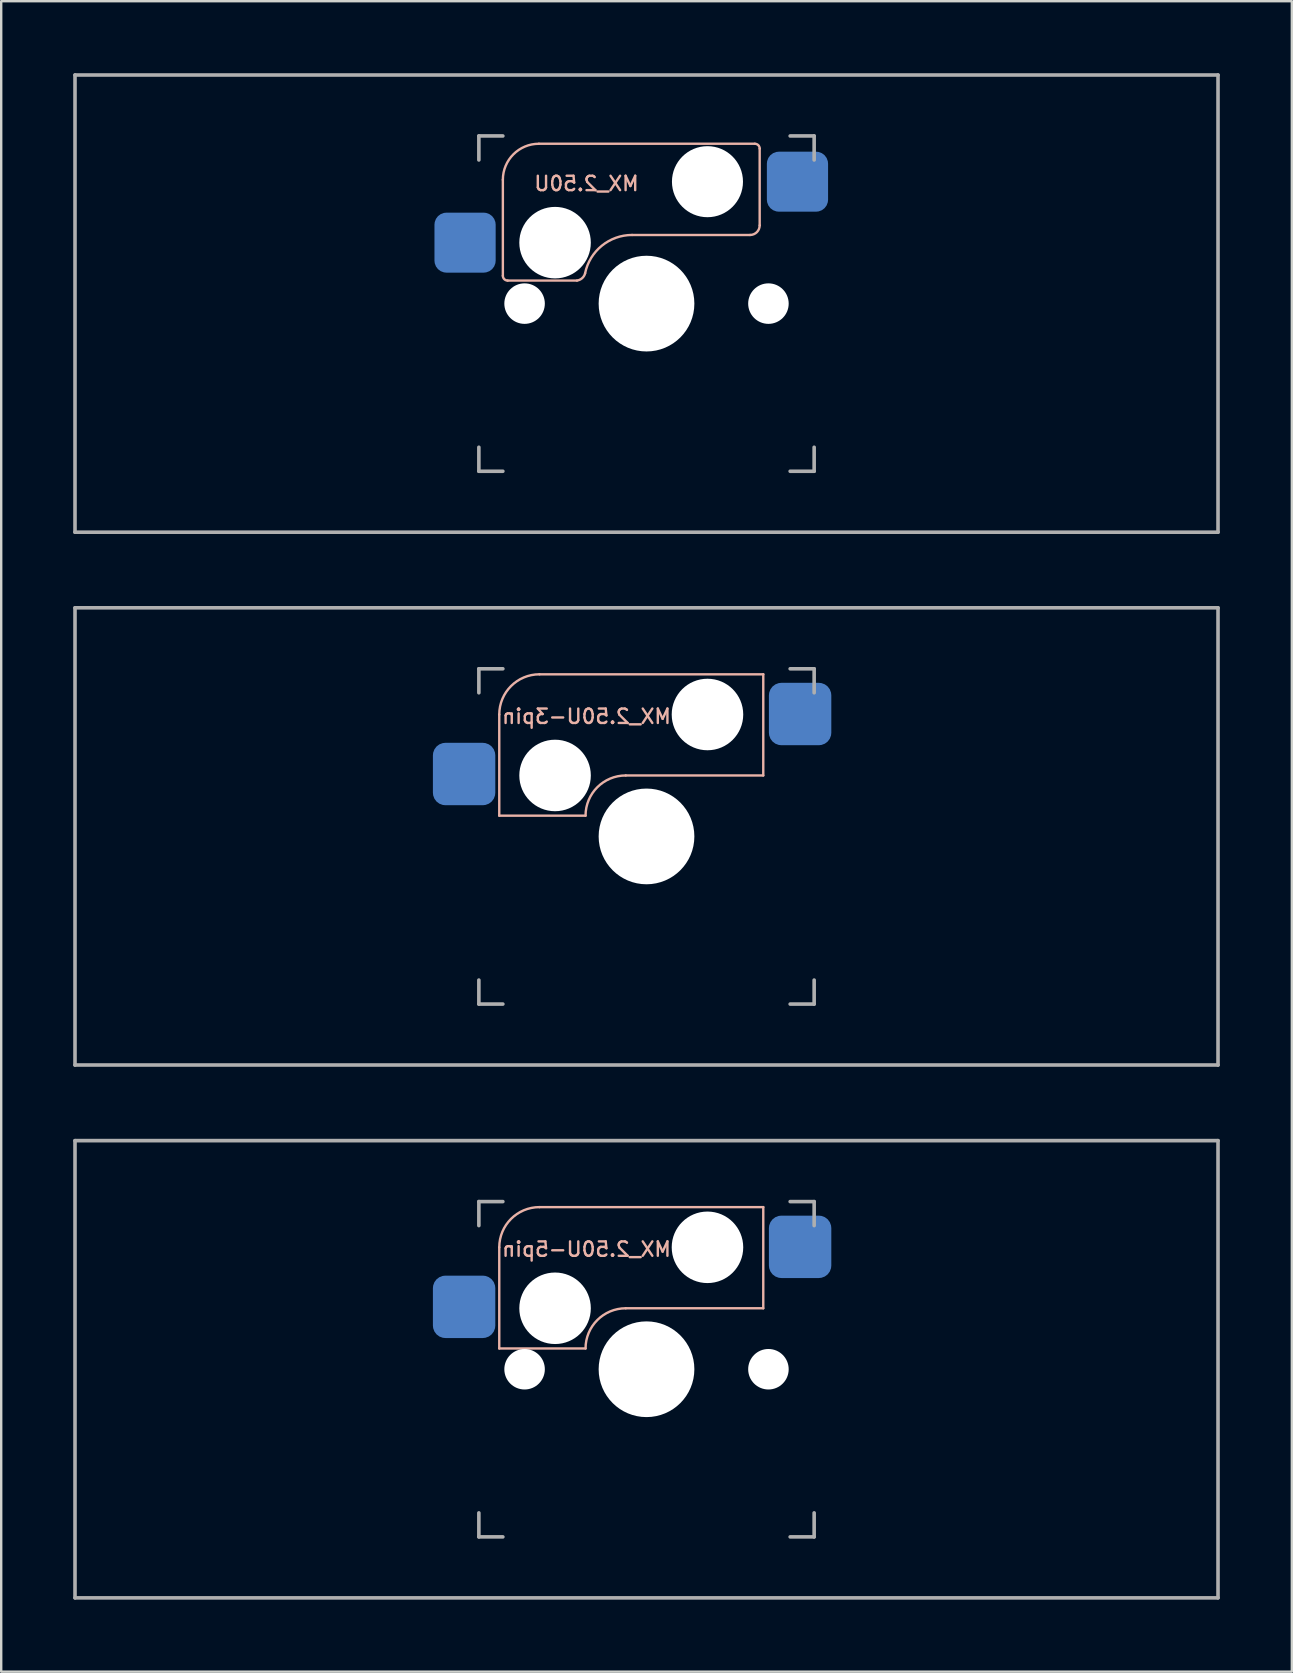
<source format=kicad_pcb>
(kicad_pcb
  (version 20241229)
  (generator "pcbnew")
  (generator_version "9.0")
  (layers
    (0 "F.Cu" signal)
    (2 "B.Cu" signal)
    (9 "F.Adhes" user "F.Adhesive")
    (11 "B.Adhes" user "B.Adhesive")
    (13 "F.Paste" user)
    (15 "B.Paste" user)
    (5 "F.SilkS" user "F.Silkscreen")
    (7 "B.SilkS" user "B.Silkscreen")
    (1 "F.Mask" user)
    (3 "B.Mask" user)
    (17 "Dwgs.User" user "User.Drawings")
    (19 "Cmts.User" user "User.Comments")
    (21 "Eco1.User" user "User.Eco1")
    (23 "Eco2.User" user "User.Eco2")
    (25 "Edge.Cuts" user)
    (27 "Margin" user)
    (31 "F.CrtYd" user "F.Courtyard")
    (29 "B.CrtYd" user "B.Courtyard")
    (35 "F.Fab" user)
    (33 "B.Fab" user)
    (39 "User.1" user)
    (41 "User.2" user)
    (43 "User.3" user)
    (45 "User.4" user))
  (footprint "MX_2.50U-5pin"
    (layer "F.Cu")
    (at 23.887 54)
    (property "Reference" "MX_2.50U-5pin" (at -2.5 -5 0) (layer "B.SilkS") (effects (font (size 0.6 0.6) (thickness 0.1)) (justify mirror)))
    (attr smd)
    (fp_line (start -6.135 -5.08) (end -6.135 -0.865) (stroke (width 0.1) (type solid)) (layer "B.SilkS"))
    (fp_line (start -6.135 -0.865) (end -2.54 -0.865) (stroke (width 0.1) (type solid)) (layer "B.SilkS"))
    (fp_line (start -4.46 -6.755) (end 4.865 -6.755) (stroke (width 0.1) (type solid)) (layer "B.SilkS"))
    (fp_line (start -0.865 -2.54) (end 4.865 -2.54) (stroke (width 0.1) (type solid)) (layer "B.SilkS"))
    (fp_line (start 4.865 -6.755) (end 4.865 -2.54) (stroke (width 0.1) (type solid)) (layer "B.SilkS"))
    (fp_arc (start -6.135 -5.08) (mid -5.644404 -6.264404) (end -4.46 -6.755) (stroke (width 0.1) (type solid)) (layer "B.SilkS"))
    (fp_arc (start -2.54 -0.865) (mid -2.049404 -2.049404) (end -0.865 -2.54) (stroke (width 0.1) (type solid)) (layer "B.SilkS"))
    (fp_line (start -6.985 6.985) (end -6.985 -6.985) (stroke (width 0.15) (type solid)) (layer "Eco2.User"))
    (fp_line (start -6.985 6.985) (end 6.985 6.985) (stroke (width 0.15) (type solid)) (layer "Eco2.User"))
    (fp_line (start 6.985 -6.985) (end -6.985 -6.985) (stroke (width 0.15) (type solid)) (layer "Eco2.User"))
    (fp_line (start 6.985 -6.985) (end 6.985 6.985) (stroke (width 0.15) (type solid)) (layer "Eco2.User"))
    (fp_line (start -23.812 -9.525) (end 23.812 -9.525) (stroke (width 0.15) (type solid)) (layer "F.Fab"))
    (fp_line (start -23.812 9.525) (end -23.812 -9.525) (stroke (width 0.15) (type solid)) (layer "F.Fab"))
    (fp_line (start -6.985 -5.985) (end -6.985 -6.985) (stroke (width 0.15) (type solid)) (layer "F.Fab"))
    (fp_line (start -6.985 6.985) (end -6.985 5.985) (stroke (width 0.15) (type solid)) (layer "F.Fab"))
    (fp_line (start -6.985 6.985) (end -5.985 6.985) (stroke (width 0.15) (type solid)) (layer "F.Fab"))
    (fp_line (start -5.985 -6.985) (end -6.985 -6.985) (stroke (width 0.15) (type solid)) (layer "F.Fab"))
    (fp_line (start 5.985 6.985) (end 6.985 6.985) (stroke (width 0.15) (type solid)) (layer "F.Fab"))
    (fp_line (start 6.985 -6.985) (end 5.985 -6.985) (stroke (width 0.15) (type solid)) (layer "F.Fab"))
    (fp_line (start 6.985 -6.985) (end 6.985 -5.985) (stroke (width 0.15) (type solid)) (layer "F.Fab"))
    (fp_line (start 6.985 5.985) (end 6.985 6.985) (stroke (width 0.15) (type solid)) (layer "F.Fab"))
    (fp_line (start 23.812 -9.525) (end 23.812 9.525) (stroke (width 0.15) (type solid)) (layer "F.Fab"))
    (fp_line (start 23.812 9.525) (end -23.812 9.525) (stroke (width 0.15) (type solid)) (layer "F.Fab"))
    (pad "" np_thru_hole circle (at -5.08 0) (size 1.688 1.688) (drill 1.688) (layers "*.Cu" "*.Mask"))
    (pad "" np_thru_hole circle (at -3.81 -2.54) (size 2.98 2.98) (drill 2.98) (layers "*.Cu" "*.Mask"))
    (pad "" np_thru_hole circle (at 0 0) (size 3.988 3.988) (drill 3.988) (layers "*.Cu" "*.Mask"))
    (pad "" np_thru_hole circle (at 2.54 -5.08) (size 2.98 2.98) (drill 2.98) (layers "*.Cu" "*.Mask"))
    (pad "" np_thru_hole circle (at 5.08 0) (size 1.688 1.688) (drill 1.688) (layers "*.Cu" "*.Mask"))
    (pad "1" smd roundrect (at 6.4 -5.1) (size 2.6 2.6) (layers "B.Cu" "B.Mask" "B.Paste") (roundrect_rratio 0.2))
    (pad "2" smd roundrect (at -7.6 -2.6) (size 2.6 2.6) (layers "B.Cu" "B.Mask" "B.Paste") (roundrect_rratio 0.2)))
  (footprint "MX_2.50U-3pin"
    (layer "F.Cu")
    (at 23.887 31.8)
    (property "Reference" "MX_2.50U-3pin" (at -2.5 -5 0) (layer "B.SilkS") (effects (font (size 0.6 0.6) (thickness 0.1)) (justify mirror)))
    (attr smd)
    (fp_line (start -6.135 -5.08) (end -6.135 -0.865) (stroke (width 0.1) (type solid)) (layer "B.SilkS"))
    (fp_line (start -6.135 -0.865) (end -2.54 -0.865) (stroke (width 0.1) (type solid)) (layer "B.SilkS"))
    (fp_line (start -4.46 -6.755) (end 4.865 -6.755) (stroke (width 0.1) (type solid)) (layer "B.SilkS"))
    (fp_line (start -0.865 -2.54) (end 4.865 -2.54) (stroke (width 0.1) (type solid)) (layer "B.SilkS"))
    (fp_line (start 4.865 -6.755) (end 4.865 -2.54) (stroke (width 0.1) (type solid)) (layer "B.SilkS"))
    (fp_arc (start -6.135 -5.08) (mid -5.644404 -6.264404) (end -4.46 -6.755) (stroke (width 0.1) (type solid)) (layer "B.SilkS"))
    (fp_arc (start -2.54 -0.865) (mid -2.049404 -2.049404) (end -0.865 -2.54) (stroke (width 0.1) (type solid)) (layer "B.SilkS"))
    (fp_line (start -6.985 6.985) (end -6.985 -6.985) (stroke (width 0.15) (type solid)) (layer "Eco2.User"))
    (fp_line (start -6.985 6.985) (end 6.985 6.985) (stroke (width 0.15) (type solid)) (layer "Eco2.User"))
    (fp_line (start 6.985 -6.985) (end -6.985 -6.985) (stroke (width 0.15) (type solid)) (layer "Eco2.User"))
    (fp_line (start 6.985 -6.985) (end 6.985 6.985) (stroke (width 0.15) (type solid)) (layer "Eco2.User"))
    (fp_line (start -23.812 -9.525) (end 23.812 -9.525) (stroke (width 0.15) (type solid)) (layer "F.Fab"))
    (fp_line (start -23.812 9.525) (end -23.812 -9.525) (stroke (width 0.15) (type solid)) (layer "F.Fab"))
    (fp_line (start -6.985 -5.985) (end -6.985 -6.985) (stroke (width 0.15) (type solid)) (layer "F.Fab"))
    (fp_line (start -6.985 6.985) (end -6.985 5.985) (stroke (width 0.15) (type solid)) (layer "F.Fab"))
    (fp_line (start -6.985 6.985) (end -5.985 6.985) (stroke (width 0.15) (type solid)) (layer "F.Fab"))
    (fp_line (start -5.985 -6.985) (end -6.985 -6.985) (stroke (width 0.15) (type solid)) (layer "F.Fab"))
    (fp_line (start 5.985 6.985) (end 6.985 6.985) (stroke (width 0.15) (type solid)) (layer "F.Fab"))
    (fp_line (start 6.985 -6.985) (end 5.985 -6.985) (stroke (width 0.15) (type solid)) (layer "F.Fab"))
    (fp_line (start 6.985 -6.985) (end 6.985 -5.985) (stroke (width 0.15) (type solid)) (layer "F.Fab"))
    (fp_line (start 6.985 5.985) (end 6.985 6.985) (stroke (width 0.15) (type solid)) (layer "F.Fab"))
    (fp_line (start 23.812 -9.525) (end 23.812 9.525) (stroke (width 0.15) (type solid)) (layer "F.Fab"))
    (fp_line (start 23.812 9.525) (end -23.812 9.525) (stroke (width 0.15) (type solid)) (layer "F.Fab"))
    (pad "" np_thru_hole circle (at -3.81 -2.54) (size 2.98 2.98) (drill 2.98) (layers "*.Cu" "*.Mask"))
    (pad "" np_thru_hole circle (at 0 0) (size 3.988 3.988) (drill 3.988) (layers "*.Cu" "*.Mask"))
    (pad "" np_thru_hole circle (at 2.54 -5.08) (size 2.98 2.98) (drill 2.98) (layers "*.Cu" "*.Mask"))
    (pad "1" smd roundrect (at 6.4 -5.1) (size 2.6 2.6) (layers "B.Cu" "B.Mask" "B.Paste") (roundrect_rratio 0.2))
    (pad "2" smd roundrect (at -7.6 -2.6) (size 2.6 2.6) (layers "B.Cu" "B.Mask" "B.Paste") (roundrect_rratio 0.2)))
  (footprint "MX_2.50U"
    (layer "F.Cu")
    (at 23.887 9.6)
    (property "Reference" "MX_2.50U" (at -2.5 -5 0) (layer "B.SilkS") (effects (font (size 0.6 0.6) (thickness 0.1)) (justify mirror)))
    (attr smd)
    (fp_line (start -5.985 -5.16) (end -5.985 -1.16) (stroke (width 0.1) (type solid)) (layer "B.SilkS"))
    (fp_line (start -5.785 -0.96) (end -2.9 -0.96) (stroke (width 0.1) (type solid)) (layer "B.SilkS"))
    (fp_line (start -4.485 -6.66) (end 4.515 -6.66) (stroke (width 0.1) (type solid)) (layer "B.SilkS"))
    (fp_line (start 4.315 -2.86) (end -0.6 -2.86) (stroke (width 0.1) (type solid)) (layer "B.SilkS"))
    (fp_line (start 4.715 -6.46) (end 4.715 -3.26) (stroke (width 0.1) (type solid)) (layer "B.SilkS"))
    (fp_arc (start -5.985 -5.16) (mid -5.54566 -6.22066) (end -4.485 -6.66) (stroke (width 0.1) (type solid)) (layer "B.SilkS"))
    (fp_arc (start -5.785 -0.96) (mid -5.926421 -1.018579) (end -5.985 -1.16) (stroke (width 0.1) (type solid)) (layer "B.SilkS"))
    (fp_arc (start -2.558575 -1.264949) (mid -1.862953 -2.41079) (end -0.6 -2.86) (stroke (width 0.1) (type solid)) (layer "B.SilkS"))
    (fp_arc (start -2.557532 -1.264687) (mid -2.681837 -1.059595) (end -2.9 -0.96) (stroke (width 0.1) (type solid)) (layer "B.SilkS"))
    (fp_arc (start 4.515 -6.66) (mid 4.656421 -6.601421) (end 4.715 -6.46) (stroke (width 0.1) (type solid)) (layer "B.SilkS"))
    (fp_arc (start 4.715 -3.26) (mid 4.597843 -2.977157) (end 4.315 -2.86) (stroke (width 0.1) (type solid)) (layer "B.SilkS"))
    (fp_line (start -6.985 6.985) (end -6.985 -6.985) (stroke (width 0.15) (type solid)) (layer "Eco2.User"))
    (fp_line (start -6.985 6.985) (end 6.985 6.985) (stroke (width 0.15) (type solid)) (layer "Eco2.User"))
    (fp_line (start 6.985 -6.985) (end -6.985 -6.985) (stroke (width 0.15) (type solid)) (layer "Eco2.User"))
    (fp_line (start 6.985 -6.985) (end 6.985 6.985) (stroke (width 0.15) (type solid)) (layer "Eco2.User"))
    (fp_line (start -23.812 -9.525) (end 23.812 -9.525) (stroke (width 0.15) (type solid)) (layer "F.Fab"))
    (fp_line (start -23.812 9.525) (end -23.812 -9.525) (stroke (width 0.15) (type solid)) (layer "F.Fab"))
    (fp_line (start -6.985 -5.985) (end -6.985 -6.985) (stroke (width 0.15) (type solid)) (layer "F.Fab"))
    (fp_line (start -6.985 6.985) (end -6.985 5.985) (stroke (width 0.15) (type solid)) (layer "F.Fab"))
    (fp_line (start -6.985 6.985) (end -5.985 6.985) (stroke (width 0.15) (type solid)) (layer "F.Fab"))
    (fp_line (start -5.985 -6.985) (end -6.985 -6.985) (stroke (width 0.15) (type solid)) (layer "F.Fab"))
    (fp_line (start 5.985 6.985) (end 6.985 6.985) (stroke (width 0.15) (type solid)) (layer "F.Fab"))
    (fp_line (start 6.985 -6.985) (end 5.985 -6.985) (stroke (width 0.15) (type solid)) (layer "F.Fab"))
    (fp_line (start 6.985 -6.985) (end 6.985 -5.985) (stroke (width 0.15) (type solid)) (layer "F.Fab"))
    (fp_line (start 6.985 5.985) (end 6.985 6.985) (stroke (width 0.15) (type solid)) (layer "F.Fab"))
    (fp_line (start 23.812 -9.525) (end 23.812 9.525) (stroke (width 0.15) (type solid)) (layer "F.Fab"))
    (fp_line (start 23.812 9.525) (end -23.812 9.525) (stroke (width 0.15) (type solid)) (layer "F.Fab"))
    (pad "" np_thru_hole circle (at -5.08 0) (size 1.688 1.688) (drill 1.688) (layers "*.Cu" "*.Mask"))
    (pad "" np_thru_hole circle (at -3.81 -2.54) (size 2.98 2.98) (drill 2.98) (layers "*.Cu" "*.Mask"))
    (pad "" np_thru_hole circle (at 0 0) (size 3.988 3.988) (drill 3.988) (layers "*.Cu" "*.Mask"))
    (pad "" np_thru_hole circle (at 2.54 -5.08) (size 2.96 2.96) (drill 2.96) (layers "*.Cu" "*.Mask"))
    (pad "" np_thru_hole circle (at 5.08 0) (size 1.688 1.688) (drill 1.688) (layers "*.Cu" "*.Mask"))
    (pad "1" smd roundrect (at 6.29 -5.08) (size 2.55 2.5) (layers "B.Cu" "B.Mask" "B.Paste") (roundrect_rratio 0.2))
    (pad "2" smd roundrect (at -7.56 -2.54) (size 2.55 2.5) (layers "B.Cu" "B.Mask" "B.Paste") (roundrect_rratio 0.2)))
  (gr_rect
    (start -3 -3)
    (end 50.775 66.6)
    (stroke (width 0.1) (type default))
    (fill no)
    (layer "Edge.Cuts")))
</source>
